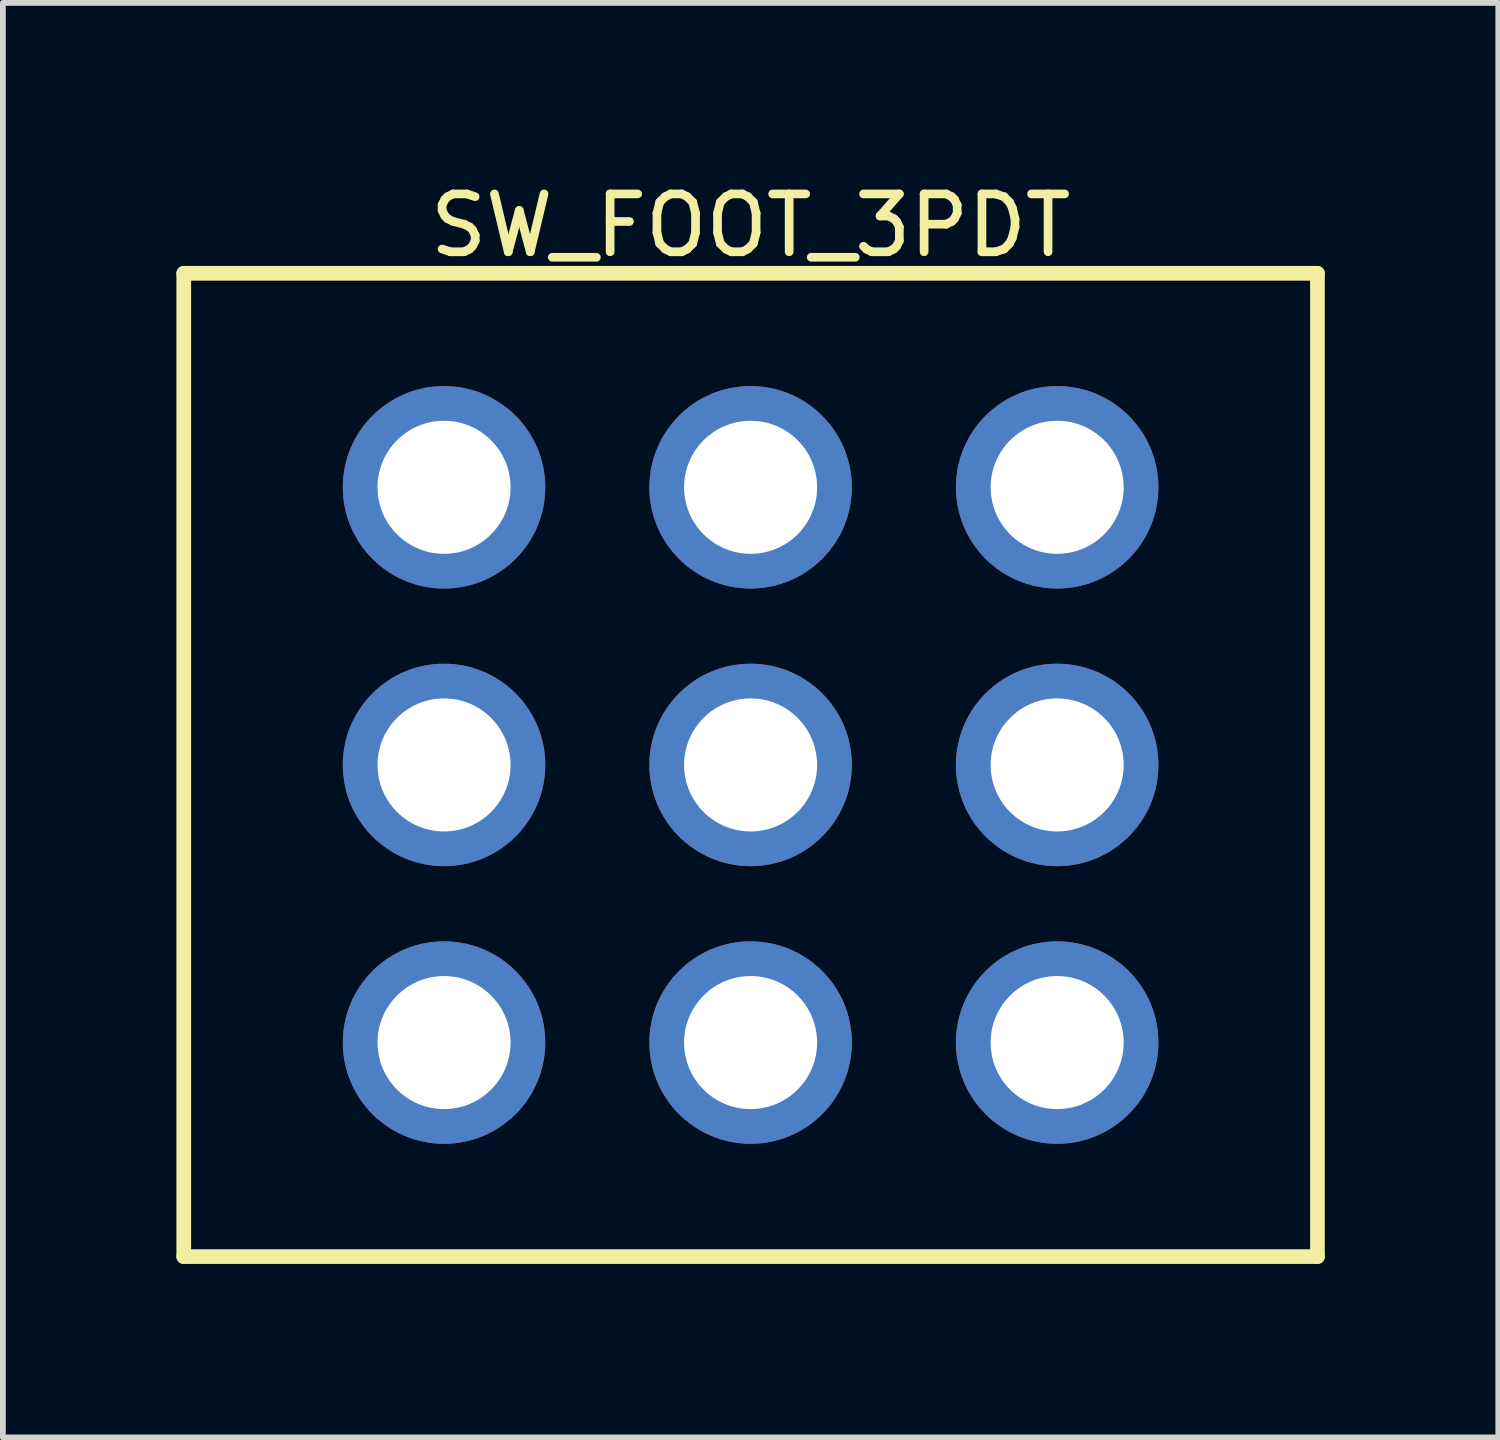
<source format=kicad_pcb>
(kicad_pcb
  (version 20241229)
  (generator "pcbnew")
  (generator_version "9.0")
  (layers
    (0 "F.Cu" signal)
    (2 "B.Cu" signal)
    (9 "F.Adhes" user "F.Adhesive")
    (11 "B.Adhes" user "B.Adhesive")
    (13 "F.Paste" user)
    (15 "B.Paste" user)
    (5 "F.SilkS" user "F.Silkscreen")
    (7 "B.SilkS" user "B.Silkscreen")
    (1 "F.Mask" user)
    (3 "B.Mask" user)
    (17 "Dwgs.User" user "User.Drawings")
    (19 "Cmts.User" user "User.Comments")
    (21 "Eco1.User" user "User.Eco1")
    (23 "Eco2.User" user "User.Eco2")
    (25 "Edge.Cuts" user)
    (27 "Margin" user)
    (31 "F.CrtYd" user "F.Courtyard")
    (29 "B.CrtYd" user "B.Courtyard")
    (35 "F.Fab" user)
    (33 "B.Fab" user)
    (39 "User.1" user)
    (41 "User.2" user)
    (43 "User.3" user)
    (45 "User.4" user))
  (footprint "SW_FOOT_3PDT"
    (layer "F.Cu")
    (at 9.927 10.175)
    (property "Reference" "SW_FOOT_3PDT" (at 0 -9.327 0) (layer "F.SilkS") (effects (font (size 1 1) (thickness 0.15))))
    (fp_line (start -9.8 -8.5) (end 9.8 -8.5) (stroke (width 0.254) (type solid)) (layer "F.SilkS"))
    (fp_line (start -9.8 8.5) (end -9.8 -8.5) (stroke (width 0.254) (type solid)) (layer "F.SilkS"))
    (fp_line (start -9.8 8.5) (end 9.8 8.5) (stroke (width 0.254) (type solid)) (layer "F.SilkS"))
    (fp_line (start 9.8 8.5) (end 9.8 -8.5) (stroke (width 0.254) (type solid)) (layer "F.SilkS"))
    (pad "1" thru_hole circle (at -5.3 4.8) (size 3.5 3.5) (drill 2.3) (layers "*.Cu" "*.Mask"))
    (pad "2" thru_hole circle (at -5.3 0) (size 3.5 3.5) (drill 2.3) (layers "*.Cu" "*.Mask"))
    (pad "3" thru_hole circle (at -5.3 -4.8) (size 3.5 3.5) (drill 2.3) (layers "*.Cu" "*.Mask"))
    (pad "4" thru_hole circle (at 0 4.8) (size 3.5 3.5) (drill 2.3) (layers "*.Cu" "*.Mask"))
    (pad "5" thru_hole circle (at 0 0) (size 3.5 3.5) (drill 2.3) (layers "*.Cu" "*.Mask"))
    (pad "6" thru_hole circle (at 0 -4.8) (size 3.5 3.5) (drill 2.3) (layers "*.Cu" "*.Mask"))
    (pad "7" thru_hole circle (at 5.3 4.8) (size 3.5 3.5) (drill 2.3) (layers "*.Cu" "*.Mask"))
    (pad "8" thru_hole circle (at 5.3 0) (size 3.5 3.5) (drill 2.3) (layers "*.Cu" "*.Mask"))
    (pad "9" thru_hole circle (at 5.3 -4.8) (size 3.5 3.5) (drill 2.3) (layers "*.Cu" "*.Mask")))
  (gr_rect
    (start -3 -3)
    (end 22.854 21.802)
    (stroke (width 0.1) (type default))
    (fill no)
    (layer "Edge.Cuts")))
</source>
